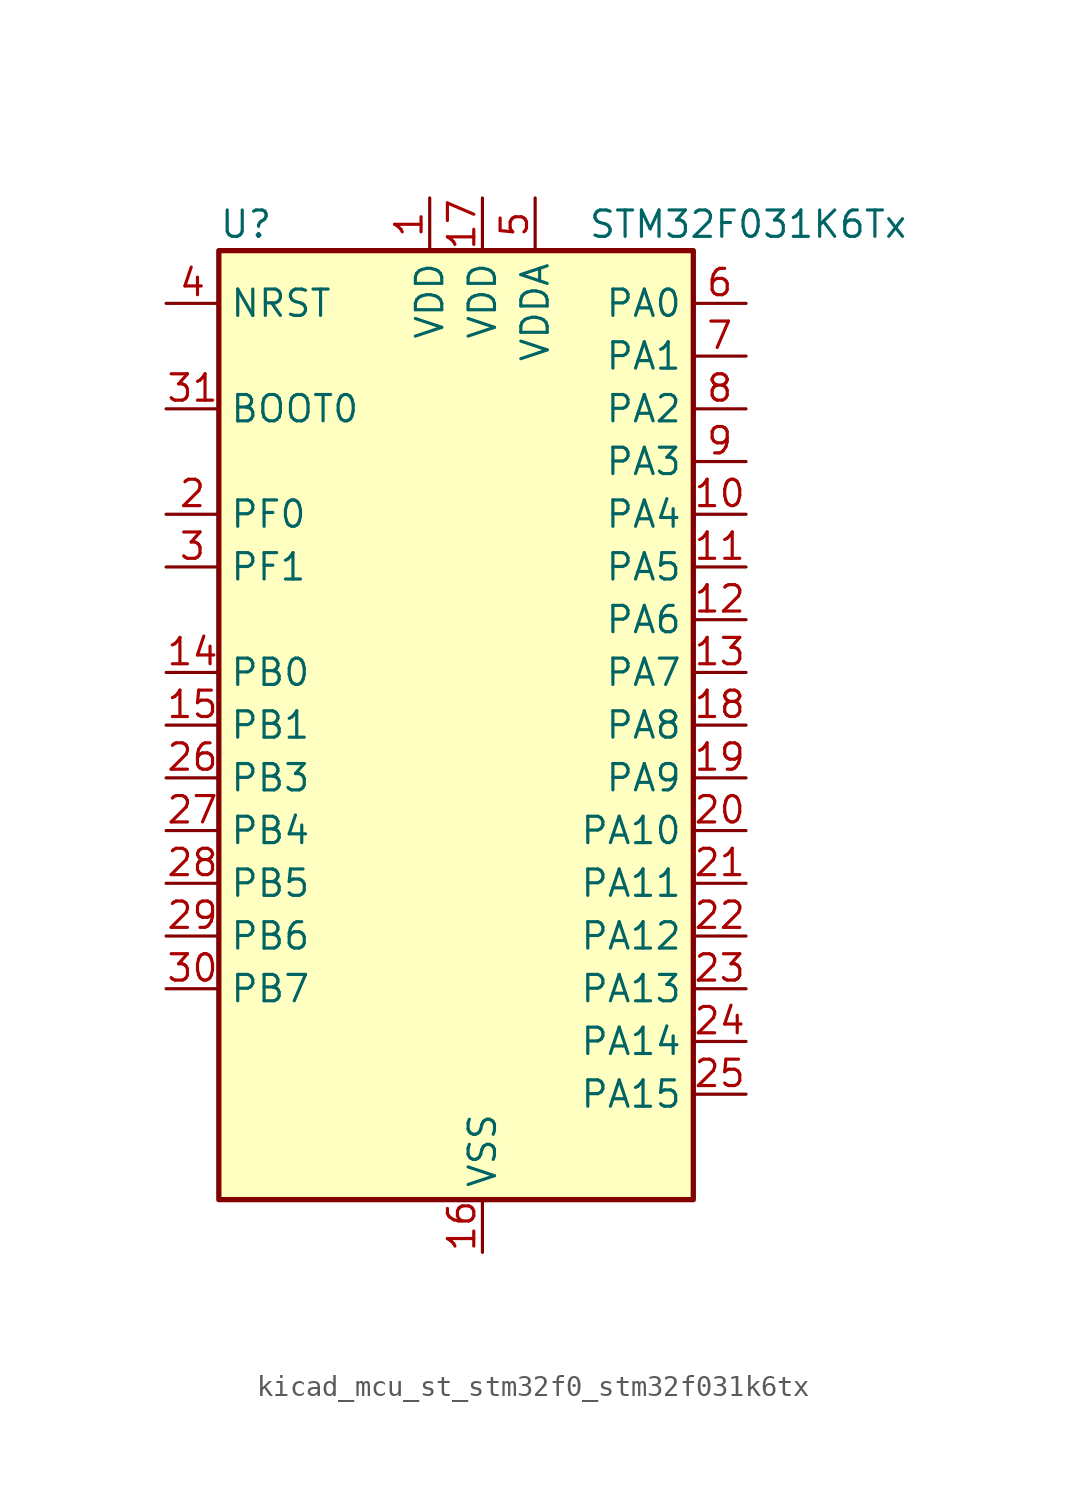
<source format=kicad_sym>
(kicad_symbol_lib
  (version 20220914)
  (generator kicad_symbol_editor)
  (symbol "kicad_mcu_st_stm32f0_stm32f031k6tx"
    (property "Reference" "U"
      (at -10.16 24.13 0)
      (effects (font (size 1.27 1.27)) (justify left)))
    (property "Value" "STM32F031K6Tx"
      (at 7.62 24.13 0)
      (effects (font (size 1.27 1.27)) (justify left)))
    (property "ki_locked" ""
      (at 0 0 0)
      (effects (font (size 1.27 1.27))))
    (symbol "kicad_mcu_st_stm32f0_stm32f031k6tx_0_1"
      (rectangle (start -10.16 -22.86) (end 12.7 22.86) (stroke (width 0.254) (type default)) (fill (type background))))
    (symbol "kicad_mcu_st_stm32f0_stm32f031k6tx_1_1"
      (pin power_in line (at 0 25.4 270) (length 2.54) (name "VDD" (effects (font (size 1.27 1.27)))) (number "1" (effects (font (size 1.27 1.27)))))
      (pin bidirectional line (at 15.24 10.16 180) (length 2.54) (name "PA4" (effects (font (size 1.27 1.27)))) (number "10" (effects (font (size 1.27 1.27)))) (alternate "ADC_IN4" bidirectional line) (alternate "I2S1_WS" bidirectional line) (alternate "SPI1_NSS" bidirectional line) (alternate "TIM14_CH1" bidirectional line) (alternate "USART1_CK" bidirectional line))
      (pin bidirectional line (at 15.24 7.62 180) (length 2.54) (name "PA5" (effects (font (size 1.27 1.27)))) (number "11" (effects (font (size 1.27 1.27)))) (alternate "ADC_IN5" bidirectional line) (alternate "I2S1_CK" bidirectional line) (alternate "SPI1_SCK" bidirectional line) (alternate "TIM2_CH1" bidirectional line) (alternate "TIM2_ETR" bidirectional line))
      (pin bidirectional line (at 15.24 5.08 180) (length 2.54) (name "PA6" (effects (font (size 1.27 1.27)))) (number "12" (effects (font (size 1.27 1.27)))) (alternate "ADC_IN6" bidirectional line) (alternate "I2S1_MCK" bidirectional line) (alternate "SPI1_MISO" bidirectional line) (alternate "TIM16_CH1" bidirectional line) (alternate "TIM1_BKIN" bidirectional line) (alternate "TIM3_CH1" bidirectional line))
      (pin bidirectional line (at 15.24 2.54 180) (length 2.54) (name "PA7" (effects (font (size 1.27 1.27)))) (number "13" (effects (font (size 1.27 1.27)))) (alternate "ADC_IN7" bidirectional line) (alternate "I2S1_SD" bidirectional line) (alternate "SPI1_MOSI" bidirectional line) (alternate "TIM14_CH1" bidirectional line) (alternate "TIM17_CH1" bidirectional line) (alternate "TIM1_CH1N" bidirectional line) (alternate "TIM3_CH2" bidirectional line))
      (pin bidirectional line (at -12.7 2.54 0) (length 2.54) (name "PB0" (effects (font (size 1.27 1.27)))) (number "14" (effects (font (size 1.27 1.27)))) (alternate "ADC_IN8" bidirectional line) (alternate "TIM1_CH2N" bidirectional line) (alternate "TIM3_CH3" bidirectional line))
      (pin bidirectional line (at -12.7 0 0) (length 2.54) (name "PB1" (effects (font (size 1.27 1.27)))) (number "15" (effects (font (size 1.27 1.27)))) (alternate "ADC_IN9" bidirectional line) (alternate "TIM14_CH1" bidirectional line) (alternate "TIM1_CH3N" bidirectional line) (alternate "TIM3_CH4" bidirectional line))
      (pin power_in line (at 2.54 -25.4 90) (length 2.54) (name "VSS" (effects (font (size 1.27 1.27)))) (number "16" (effects (font (size 1.27 1.27)))))
      (pin power_in line (at 2.54 25.4 270) (length 2.54) (name "VDD" (effects (font (size 1.27 1.27)))) (number "17" (effects (font (size 1.27 1.27)))))
      (pin bidirectional line (at 15.24 0 180) (length 2.54) (name "PA8" (effects (font (size 1.27 1.27)))) (number "18" (effects (font (size 1.27 1.27)))) (alternate "RCC_MCO" bidirectional line) (alternate "TIM1_CH1" bidirectional line) (alternate "USART1_CK" bidirectional line))
      (pin bidirectional line (at 15.24 -2.54 180) (length 2.54) (name "PA9" (effects (font (size 1.27 1.27)))) (number "19" (effects (font (size 1.27 1.27)))) (alternate "I2C1_SCL" bidirectional line) (alternate "TIM1_CH2" bidirectional line) (alternate "USART1_TX" bidirectional line))
      (pin bidirectional line (at -12.7 10.16 0) (length 2.54) (name "PF0" (effects (font (size 1.27 1.27)))) (number "2" (effects (font (size 1.27 1.27)))) (alternate "RCC_OSC_IN" bidirectional line))
      (pin bidirectional line (at 15.24 -5.08 180) (length 2.54) (name "PA10" (effects (font (size 1.27 1.27)))) (number "20" (effects (font (size 1.27 1.27)))) (alternate "I2C1_SDA" bidirectional line) (alternate "TIM17_BKIN" bidirectional line) (alternate "TIM1_CH3" bidirectional line) (alternate "USART1_RX" bidirectional line))
      (pin bidirectional line (at 15.24 -7.62 180) (length 2.54) (name "PA11" (effects (font (size 1.27 1.27)))) (number "21" (effects (font (size 1.27 1.27)))) (alternate "TIM1_CH4" bidirectional line) (alternate "USART1_CTS" bidirectional line))
      (pin bidirectional line (at 15.24 -10.16 180) (length 2.54) (name "PA12" (effects (font (size 1.27 1.27)))) (number "22" (effects (font (size 1.27 1.27)))) (alternate "TIM1_ETR" bidirectional line) (alternate "USART1_DE" bidirectional line) (alternate "USART1_RTS" bidirectional line))
      (pin bidirectional line (at 15.24 -12.7 180) (length 2.54) (name "PA13" (effects (font (size 1.27 1.27)))) (number "23" (effects (font (size 1.27 1.27)))) (alternate "IR_OUT" bidirectional line) (alternate "SYS_SWDIO" bidirectional line))
      (pin bidirectional line (at 15.24 -15.24 180) (length 2.54) (name "PA14" (effects (font (size 1.27 1.27)))) (number "24" (effects (font (size 1.27 1.27)))) (alternate "SYS_SWCLK" bidirectional line) (alternate "USART1_TX" bidirectional line))
      (pin bidirectional line (at 15.24 -17.78 180) (length 2.54) (name "PA15" (effects (font (size 1.27 1.27)))) (number "25" (effects (font (size 1.27 1.27)))) (alternate "I2S1_WS" bidirectional line) (alternate "SPI1_NSS" bidirectional line) (alternate "TIM2_CH1" bidirectional line) (alternate "TIM2_ETR" bidirectional line) (alternate "USART1_RX" bidirectional line))
      (pin bidirectional line (at -12.7 -2.54 0) (length 2.54) (name "PB3" (effects (font (size 1.27 1.27)))) (number "26" (effects (font (size 1.27 1.27)))) (alternate "I2S1_CK" bidirectional line) (alternate "SPI1_SCK" bidirectional line) (alternate "TIM2_CH2" bidirectional line))
      (pin bidirectional line (at -12.7 -5.08 0) (length 2.54) (name "PB4" (effects (font (size 1.27 1.27)))) (number "27" (effects (font (size 1.27 1.27)))) (alternate "I2S1_MCK" bidirectional line) (alternate "SPI1_MISO" bidirectional line) (alternate "TIM3_CH1" bidirectional line))
      (pin bidirectional line (at -12.7 -7.62 0) (length 2.54) (name "PB5" (effects (font (size 1.27 1.27)))) (number "28" (effects (font (size 1.27 1.27)))) (alternate "I2C1_SMBA" bidirectional line) (alternate "I2S1_SD" bidirectional line) (alternate "SPI1_MOSI" bidirectional line) (alternate "TIM16_BKIN" bidirectional line) (alternate "TIM3_CH2" bidirectional line))
      (pin bidirectional line (at -12.7 -10.16 0) (length 2.54) (name "PB6" (effects (font (size 1.27 1.27)))) (number "29" (effects (font (size 1.27 1.27)))) (alternate "I2C1_SCL" bidirectional line) (alternate "TIM16_CH1N" bidirectional line) (alternate "USART1_TX" bidirectional line))
      (pin bidirectional line (at -12.7 7.62 0) (length 2.54) (name "PF1" (effects (font (size 1.27 1.27)))) (number "3" (effects (font (size 1.27 1.27)))) (alternate "RCC_OSC_OUT" bidirectional line))
      (pin bidirectional line (at -12.7 -12.7 0) (length 2.54) (name "PB7" (effects (font (size 1.27 1.27)))) (number "30" (effects (font (size 1.27 1.27)))) (alternate "I2C1_SDA" bidirectional line) (alternate "TIM17_CH1N" bidirectional line) (alternate "USART1_RX" bidirectional line))
      (pin input line (at -12.7 15.24 0) (length 2.54) (name "BOOT0" (effects (font (size 1.27 1.27)))) (number "31" (effects (font (size 1.27 1.27)))))
      (pin passive line (at 2.54 -25.4 90) (length 2.54) hide (name "VSS" (effects (font (size 1.27 1.27)))) (number "32" (effects (font (size 1.27 1.27)))))
      (pin input line (at -12.7 20.32 0) (length 2.54) (name "NRST" (effects (font (size 1.27 1.27)))) (number "4" (effects (font (size 1.27 1.27)))))
      (pin power_in line (at 5.08 25.4 270) (length 2.54) (name "VDDA" (effects (font (size 1.27 1.27)))) (number "5" (effects (font (size 1.27 1.27)))))
      (pin bidirectional line (at 15.24 20.32 180) (length 2.54) (name "PA0" (effects (font (size 1.27 1.27)))) (number "6" (effects (font (size 1.27 1.27)))) (alternate "ADC_IN0" bidirectional line) (alternate "RTC_TAMP2" bidirectional line) (alternate "SYS_WKUP1" bidirectional line) (alternate "TIM2_CH1" bidirectional line) (alternate "TIM2_ETR" bidirectional line) (alternate "USART1_CTS" bidirectional line))
      (pin bidirectional line (at 15.24 17.78 180) (length 2.54) (name "PA1" (effects (font (size 1.27 1.27)))) (number "7" (effects (font (size 1.27 1.27)))) (alternate "ADC_IN1" bidirectional line) (alternate "TIM2_CH2" bidirectional line) (alternate "USART1_DE" bidirectional line) (alternate "USART1_RTS" bidirectional line))
      (pin bidirectional line (at 15.24 15.24 180) (length 2.54) (name "PA2" (effects (font (size 1.27 1.27)))) (number "8" (effects (font (size 1.27 1.27)))) (alternate "ADC_IN2" bidirectional line) (alternate "TIM2_CH3" bidirectional line) (alternate "USART1_TX" bidirectional line))
      (pin bidirectional line (at 15.24 12.7 180) (length 2.54) (name "PA3" (effects (font (size 1.27 1.27)))) (number "9" (effects (font (size 1.27 1.27)))) (alternate "ADC_IN3" bidirectional line) (alternate "TIM2_CH4" bidirectional line) (alternate "USART1_RX" bidirectional line)))))
</source>
